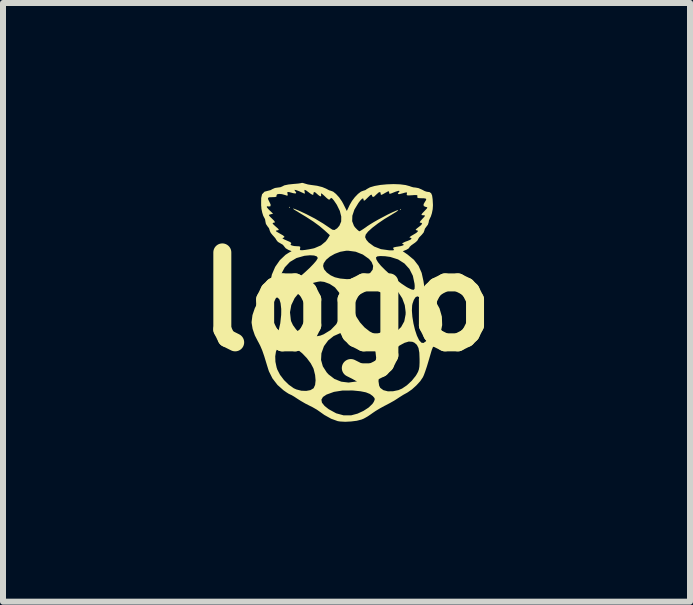
<source format=kicad_pcb>
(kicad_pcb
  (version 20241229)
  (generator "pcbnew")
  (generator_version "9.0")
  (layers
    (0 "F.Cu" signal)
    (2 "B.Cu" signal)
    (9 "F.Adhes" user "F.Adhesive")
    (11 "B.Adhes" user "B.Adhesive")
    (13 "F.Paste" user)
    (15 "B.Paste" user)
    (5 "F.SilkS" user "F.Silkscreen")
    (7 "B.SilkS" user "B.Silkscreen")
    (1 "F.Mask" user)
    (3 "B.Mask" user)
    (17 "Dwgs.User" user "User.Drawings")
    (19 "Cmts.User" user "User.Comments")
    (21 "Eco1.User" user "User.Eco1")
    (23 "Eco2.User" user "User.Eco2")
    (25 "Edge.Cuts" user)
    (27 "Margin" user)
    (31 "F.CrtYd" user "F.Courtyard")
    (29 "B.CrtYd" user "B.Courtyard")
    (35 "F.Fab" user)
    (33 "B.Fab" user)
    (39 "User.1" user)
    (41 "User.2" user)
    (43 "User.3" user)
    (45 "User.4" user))
  (footprint "logo"
    (layer "F.Cu")
    (at 2.729 1.981)
    (property "Reference" "logo" (at 0 0 0) (layer "F.SilkS") (effects (font (size 1.5 1.5) (thickness 0.3))))
    (attr board_only exclude_from_pos_files exclude_from_bom)
    (fp_poly (pts (xy -0.943 -1.574) (xy -0.952 -1.565) (xy -0.961 -1.574) (xy -0.952 -1.583)) (stroke (width 0) (type solid)) (fill yes) (layer "F.SilkS"))
    (fp_poly (pts (xy 0.907 -1.539) (xy 0.898 -1.53) (xy 0.889 -1.539) (xy 0.898 -1.547)) (stroke (width 0) (type solid)) (fill yes) (layer "F.SilkS"))
    (fp_poly (pts (xy -0.696 -1.97) (xy -0.644 -1.955) (xy -0.587 -1.946) (xy -0.491 -1.933) (xy -0.404 -1.911) (xy -0.339 -1.884) (xy -0.33 -1.879) (xy -0.291 -1.858) (xy -0.263 -1.85) (xy -0.223 -1.835) (xy -0.175 -1.796) (xy -0.123 -1.739) (xy -0.076 -1.671) (xy -0.052 -1.627) (xy 0.005 -1.513) (xy 0.053 -1.614) (xy 0.091 -1.68) (xy 0.139 -1.743) (xy 0.191 -1.797) (xy 0.24 -1.835) (xy 0.279 -1.85) (xy 0.279 -1.85) (xy 0.315 -1.861) (xy 0.34 -1.879) (xy 0.391 -1.907) (xy 0.469 -1.93) (xy 0.566 -1.947) (xy 0.674 -1.957) (xy 0.785 -1.961) (xy 0.892 -1.957) (xy 0.985 -1.945) (xy 1.058 -1.925) (xy 1.071 -1.919) (xy 1.113 -1.907) (xy 1.151 -1.903) (xy 1.2 -1.894) (xy 1.253 -1.871) (xy 1.259 -1.868) (xy 1.305 -1.844) (xy 1.343 -1.832) (xy 1.348 -1.832) (xy 1.385 -1.827) (xy 1.411 -1.808) (xy 1.427 -1.771) (xy 1.436 -1.709) (xy 1.441 -1.619) (xy 1.441 -1.601) (xy 1.437 -1.542) (xy 1.424 -1.476) (xy 1.406 -1.42) (xy 1.394 -1.397) (xy 1.374 -1.353) (xy 1.37 -1.324) (xy 1.357 -1.284) (xy 1.334 -1.254) (xy 1.307 -1.217) (xy 1.298 -1.187) (xy 1.286 -1.154) (xy 1.254 -1.115) (xy 1.245 -1.106) (xy 1.211 -1.071) (xy 1.193 -1.042) (xy 1.192 -1.037) (xy 1.178 -1.015) (xy 1.143 -0.984) (xy 1.121 -0.969) (xy 1.079 -0.939) (xy 1.053 -0.914) (xy 1.049 -0.906) (xy 1.035 -0.887) (xy 0.999 -0.866) (xy 0.994 -0.864) (xy 0.938 -0.841) (xy 1.018 -0.786) (xy 1.124 -0.698) (xy 1.201 -0.598) (xy 1.253 -0.48) (xy 1.283 -0.343) (xy 1.294 -0.271) (xy 1.307 -0.223) (xy 1.327 -0.187) (xy 1.359 -0.151) (xy 1.377 -0.133) (xy 1.48 -0.016) (xy 1.551 0.113) (xy 1.59 0.249) (xy 1.595 0.388) (xy 1.594 0.396) (xy 1.577 0.48) (xy 1.546 0.571) (xy 1.506 0.654) (xy 1.465 0.714) (xy 1.445 0.748) (xy 1.423 0.801) (xy 1.414 0.83) (xy 1.373 0.971) (xy 1.34 1.081) (xy 1.312 1.164) (xy 1.29 1.224) (xy 1.273 1.261) (xy 1.229 1.326) (xy 1.165 1.396) (xy 1.092 1.462) (xy 1.022 1.511) (xy 1.005 1.521) (xy 0.947 1.553) (xy 0.882 1.594) (xy 0.852 1.614) (xy 0.794 1.651) (xy 0.719 1.693) (xy 0.643 1.733) (xy 0.638 1.735) (xy 0.561 1.777) (xy 0.483 1.824) (xy 0.42 1.867) (xy 0.418 1.869) (xy 0.355 1.912) (xy 0.288 1.95) (xy 0.249 1.966) (xy 0.171 1.986) (xy 0.075 1.998) (xy -0.023 2.003) (xy -0.109 1.998) (xy -0.147 1.992) (xy -0.257 1.952) (xy -0.37 1.889) (xy -0.436 1.842) (xy -0.493 1.802) (xy -0.564 1.761) (xy -0.612 1.737) (xy -0.685 1.7) (xy -0.766 1.653) (xy -0.796 1.634) (xy -0.419 1.634) (xy -0.41 1.684) (xy -0.366 1.739) (xy -0.298 1.793) (xy -0.172 1.862) (xy -0.047 1.896) (xy 0.079 1.895) (xy 0.184 1.867) (xy 0.283 1.821) (xy 0.368 1.766) (xy 0.431 1.706) (xy 0.454 1.672) (xy 0.47 1.634) (xy 0.467 1.608) (xy 0.44 1.577) (xy 0.439 1.575) (xy 0.39 1.539) (xy 0.323 1.512) (xy 0.233 1.494) (xy 0.114 1.482) (xy 0.096 1.481) (xy -0.068 1.482) (xy -0.209 1.504) (xy -0.333 1.549) (xy -0.393 1.589) (xy -0.419 1.634) (xy -0.796 1.634) (xy -0.821 1.618) (xy -0.874 1.583) (xy -0.917 1.558) (xy -0.939 1.548) (xy -0.94 1.547) (xy -0.961 1.538) (xy -1.002 1.512) (xy -1.052 1.477) (xy -1.151 1.389) (xy -1.235 1.28) (xy -1.294 1.162) (xy -1.305 1.129) (xy -1.324 1.068) (xy -1.348 0.989) (xy -1.372 0.911) (xy -1.189 0.911) (xy -1.186 1.002) (xy -1.166 1.097) (xy -1.154 1.133) (xy -1.109 1.22) (xy -1.042 1.308) (xy -0.963 1.385) (xy -0.88 1.444) (xy -0.835 1.464) (xy -0.753 1.485) (xy -0.672 1.488) (xy -0.602 1.475) (xy -0.553 1.446) (xy -0.548 1.441) (xy -0.524 1.388) (xy -0.516 1.312) (xy -0.524 1.223) (xy -0.547 1.13) (xy -0.553 1.111) (xy -0.597 1.028) (xy -0.639 0.972) (xy -0.425 0.972) (xy -0.395 1.079) (xy -0.331 1.179) (xy -0.3 1.213) (xy -0.201 1.289) (xy -0.088 1.334) (xy 0.034 1.349) (xy 0.157 1.332) (xy 0.168 1.327) (xy 0.533 1.327) (xy 0.544 1.4) (xy 0.563 1.438) (xy 0.615 1.476) (xy 0.689 1.495) (xy 0.775 1.494) (xy 0.866 1.475) (xy 0.926 1.449) (xy 1.006 1.395) (xy 1.087 1.32) (xy 1.154 1.237) (xy 1.17 1.211) (xy 1.193 1.169) (xy 1.207 1.129) (xy 1.215 1.082) (xy 1.218 1.017) (xy 1.218 0.957) (xy 1.214 0.851) (xy 1.2 0.773) (xy 1.173 0.72) (xy 1.132 0.684) (xy 1.098 0.669) (xy 1.038 0.665) (xy 0.965 0.687) (xy 0.885 0.731) (xy 0.803 0.794) (xy 0.724 0.87) (xy 0.655 0.955) (xy 0.601 1.046) (xy 0.562 1.142) (xy 0.539 1.239) (xy 0.533 1.327) (xy 0.168 1.327) (xy 0.268 1.287) (xy 0.367 1.217) (xy 0.437 1.131) (xy 0.479 1.036) (xy 0.494 0.936) (xy 0.483 0.836) (xy 0.446 0.74) (xy 0.384 0.654) (xy 0.298 0.583) (xy 0.19 0.53) (xy 0.131 0.514) (xy 0.011 0.504) (xy -0.106 0.525) (xy -0.214 0.573) (xy -0.306 0.646) (xy -0.375 0.74) (xy -0.378 0.746) (xy -0.419 0.861) (xy -0.425 0.972) (xy -0.639 0.972) (xy -0.662 0.941) (xy -0.741 0.859) (xy -0.823 0.794) (xy -0.874 0.765) (xy -0.953 0.739) (xy -1.034 0.73) (xy -1.102 0.737) (xy -1.111 0.74) (xy -1.151 0.774) (xy -1.177 0.833) (xy -1.189 0.911) (xy -1.372 0.911) (xy -1.373 0.907) (xy -1.377 0.896) (xy -1.405 0.815) (xy -1.439 0.735) (xy -1.472 0.671) (xy -1.476 0.665) (xy -1.529 0.562) (xy -1.566 0.454) (xy -1.583 0.353) (xy -1.583 0.347) (xy -1.441 0.347) (xy -1.431 0.426) (xy -1.406 0.513) (xy -1.371 0.593) (xy -1.34 0.64) (xy -1.294 0.682) (xy -1.253 0.689) (xy -1.214 0.661) (xy -1.178 0.604) (xy -1.135 0.492) (xy -1.105 0.361) (xy -1.09 0.222) (xy -1.089 0.177) (xy -0.943 0.177) (xy -0.929 0.304) (xy -0.924 0.326) (xy -0.893 0.392) (xy -0.842 0.462) (xy -0.781 0.522) (xy -0.721 0.562) (xy -0.72 0.562) (xy -0.636 0.583) (xy -0.537 0.584) (xy -0.437 0.566) (xy -0.381 0.544) (xy -0.264 0.472) (xy -0.173 0.378) (xy -0.109 0.265) (xy -0.076 0.139) (xy -0.072 0.071) (xy -0.08 -0.012) (xy 0.116 -0.012) (xy 0.118 0.102) (xy 0.15 0.219) (xy 0.165 0.253) (xy 0.224 0.345) (xy 0.301 0.43) (xy 0.388 0.498) (xy 0.475 0.542) (xy 0.478 0.542) (xy 0.588 0.563) (xy 0.697 0.555) (xy 0.794 0.522) (xy 0.826 0.503) (xy 0.91 0.424) (xy 0.963 0.328) (xy 0.985 0.213) (xy 0.986 0.178) (xy 0.983 0.149) (xy 1.09 0.149) (xy 1.098 0.252) (xy 1.116 0.363) (xy 1.142 0.471) (xy 1.174 0.567) (xy 1.209 0.639) (xy 1.213 0.645) (xy 1.249 0.684) (xy 1.283 0.689) (xy 1.322 0.662) (xy 1.33 0.654) (xy 1.39 0.565) (xy 1.428 0.457) (xy 1.441 0.341) (xy 1.429 0.225) (xy 1.395 0.128) (xy 1.359 0.071) (xy 1.313 0.012) (xy 1.262 -0.039) (xy 1.216 -0.075) (xy 1.18 -0.089) (xy 1.18 -0.089) (xy 1.15 -0.073) (xy 1.122 -0.029) (xy 1.1 0.034) (xy 1.094 0.065) (xy 1.09 0.149) (xy 0.983 0.149) (xy 0.971 0.057) (xy 0.929 -0.056) (xy 0.864 -0.156) (xy 0.782 -0.239) (xy 0.687 -0.303) (xy 0.583 -0.342) (xy 0.475 -0.354) (xy 0.372 -0.335) (xy 0.272 -0.285) (xy 0.195 -0.211) (xy 0.142 -0.118) (xy 0.116 -0.012) (xy -0.08 -0.012) (xy -0.084 -0.05) (xy -0.122 -0.149) (xy -0.188 -0.232) (xy -0.201 -0.244) (xy -0.281 -0.296) (xy -0.372 -0.33) (xy -0.437 -0.338) (xy -0.474 -0.333) (xy -0.531 -0.32) (xy -0.569 -0.31) (xy -0.629 -0.287) (xy -0.683 -0.253) (xy -0.744 -0.201) (xy -0.773 -0.172) (xy -0.865 -0.06) (xy -0.921 0.056) (xy -0.943 0.177) (xy -1.089 0.177) (xy -1.089 0.121) (xy -1.1 0.024) (xy -1.12 -0.039) (xy -1.15 -0.068) (xy -1.193 -0.065) (xy -1.248 -0.03) (xy -1.298 0.016) (xy -1.375 0.115) (xy -1.424 0.229) (xy -1.441 0.347) (xy -1.583 0.347) (xy -1.583 0.338) (xy -1.569 0.225) (xy -1.529 0.107) (xy -1.47 -0.005) (xy -1.397 -0.101) (xy -1.352 -0.142) (xy -1.316 -0.173) (xy -1.295 -0.203) (xy -1.283 -0.243) (xy -1.279 -0.271) (xy -1.131 -0.271) (xy -1.123 -0.227) (xy -1.096 -0.212) (xy -1.048 -0.225) (xy -0.998 -0.252) (xy -0.928 -0.298) (xy -0.85 -0.357) (xy -0.769 -0.424) (xy -0.689 -0.494) (xy -0.615 -0.563) (xy -0.584 -0.595) (xy -0.391 -0.595) (xy -0.375 -0.541) (xy -0.33 -0.487) (xy -0.264 -0.439) (xy -0.195 -0.407) (xy -0.106 -0.386) (xy -0.001 -0.376) (xy 0.109 -0.378) (xy 0.212 -0.391) (xy 0.296 -0.415) (xy 0.315 -0.423) (xy 0.392 -0.476) (xy 0.436 -0.534) (xy 0.444 -0.597) (xy 0.418 -0.662) (xy 0.375 -0.713) (xy 0.341 -0.737) (xy 0.491 -0.737) (xy 0.497 -0.705) (xy 0.524 -0.659) (xy 0.574 -0.598) (xy 0.646 -0.526) (xy 0.732 -0.447) (xy 0.825 -0.371) (xy 0.915 -0.302) (xy 0.996 -0.248) (xy 1.022 -0.233) (xy 1.083 -0.204) (xy 1.118 -0.197) (xy 1.135 -0.215) (xy 1.137 -0.262) (xy 1.134 -0.299) (xy 1.106 -0.432) (xy 1.049 -0.545) (xy 0.966 -0.637) (xy 0.859 -0.705) (xy 0.73 -0.746) (xy 0.644 -0.758) (xy 0.562 -0.761) (xy 0.512 -0.755) (xy 0.491 -0.737) (xy 0.341 -0.737) (xy 0.272 -0.786) (xy 0.153 -0.833) (xy 0.028 -0.85) (xy -0.009 -0.849) (xy -0.105 -0.832) (xy -0.196 -0.798) (xy -0.277 -0.752) (xy -0.341 -0.698) (xy -0.381 -0.64) (xy -0.391 -0.595) (xy -0.584 -0.595) (xy -0.553 -0.627) (xy -0.507 -0.68) (xy -0.483 -0.719) (xy -0.48 -0.73) (xy -0.496 -0.755) (xy -0.541 -0.77) (xy -0.609 -0.774) (xy -0.694 -0.766) (xy -0.702 -0.765) (xy -0.834 -0.728) (xy -0.944 -0.663) (xy -1.03 -0.572) (xy -1.092 -0.456) (xy -1.122 -0.346) (xy -1.131 -0.271) (xy -1.279 -0.271) (xy -1.275 -0.304) (xy -1.273 -0.317) (xy -1.245 -0.452) (xy -1.19 -0.58) (xy -1.112 -0.692) (xy -1.017 -0.782) (xy -0.959 -0.819) (xy -0.916 -0.842) (xy -0.972 -0.865) (xy -1.014 -0.89) (xy -1.038 -0.919) (xy -1.039 -0.921) (xy -1.062 -0.949) (xy -1.103 -0.973) (xy -1.103 -0.973) (xy -1.144 -0.997) (xy -1.168 -1.026) (xy -1.188 -1.059) (xy -1.223 -1.099) (xy -1.23 -1.106) (xy -1.263 -1.146) (xy -1.28 -1.182) (xy -1.281 -1.188) (xy -1.293 -1.225) (xy -1.316 -1.254) (xy -1.344 -1.296) (xy -1.352 -1.333) (xy -1.359 -1.376) (xy -1.372 -1.4) (xy -1.389 -1.432) (xy -1.406 -1.486) (xy -1.419 -1.548) (xy -1.421 -1.575) (xy -1.329 -1.575) (xy -1.301 -1.541) (xy -1.28 -1.52) (xy -1.225 -1.467) (xy -1.266 -1.457) (xy -1.29 -1.45) (xy -1.294 -1.439) (xy -1.275 -1.416) (xy -1.25 -1.392) (xy -1.209 -1.351) (xy -1.194 -1.328) (xy -1.204 -1.317) (xy -1.223 -1.316) (xy -1.234 -1.308) (xy -1.218 -1.286) (xy -1.184 -1.255) (xy -1.144 -1.22) (xy -1.129 -1.201) (xy -1.136 -1.193) (xy -1.157 -1.189) (xy -1.178 -1.184) (xy -1.176 -1.174) (xy -1.147 -1.156) (xy -1.116 -1.138) (xy -1.06 -1.106) (xy -1.036 -1.085) (xy -1.041 -1.071) (xy -1.063 -1.063) (xy -1.067 -1.054) (xy -1.039 -1.038) (xy -0.998 -1.02) (xy -0.943 -0.996) (xy -0.921 -0.978) (xy -0.924 -0.97) (xy -0.935 -0.953) (xy -0.916 -0.938) (xy -0.874 -0.928) (xy -0.83 -0.925) (xy -0.787 -0.923) (xy -0.771 -0.913) (xy -0.774 -0.889) (xy -0.774 -0.889) (xy -0.778 -0.868) (xy -0.768 -0.859) (xy -0.737 -0.858) (xy -0.691 -0.863) (xy -0.622 -0.874) (xy -0.557 -0.887) (xy -0.534 -0.893) (xy -0.427 -0.939) (xy -0.346 -1.006) (xy -0.318 -1.044) (xy -0.278 -1.109) (xy -0.368 -1.191) (xy -0.452 -1.262) (xy -0.552 -1.335) (xy -0.674 -1.414) (xy -0.798 -1.489) (xy -0.859 -1.526) (xy -0.889 -1.547) (xy -0.89 -1.554) (xy -0.862 -1.545) (xy -0.807 -1.523) (xy -0.726 -1.486) (xy -0.667 -1.458) (xy -0.526 -1.385) (xy -0.389 -1.303) (xy -0.242 -1.204) (xy -0.238 -1.201) (xy -0.202 -1.195) (xy -0.157 -1.223) (xy -0.119 -1.267) (xy -0.09 -1.335) (xy -0.089 -1.342) (xy 0.094 -1.342) (xy 0.124 -1.264) (xy 0.144 -1.237) (xy 0.18 -1.2) (xy 0.208 -1.177) (xy 0.215 -1.174) (xy 0.236 -1.184) (xy 0.277 -1.21) (xy 0.331 -1.247) (xy 0.342 -1.256) (xy 0.391 -1.288) (xy 0.456 -1.328) (xy 0.532 -1.371) (xy 0.613 -1.414) (xy 0.691 -1.455) (xy 0.762 -1.489) (xy 0.818 -1.514) (xy 0.854 -1.527) (xy 0.863 -1.527) (xy 0.852 -1.515) (xy 0.818 -1.491) (xy 0.765 -1.459) (xy 0.751 -1.45) (xy 0.633 -1.379) (xy 0.523 -1.304) (xy 0.429 -1.232) (xy 0.359 -1.169) (xy 0.358 -1.168) (xy 0.32 -1.119) (xy 0.31 -1.076) (xy 0.331 -1.031) (xy 0.369 -0.987) (xy 0.46 -0.92) (xy 0.573 -0.876) (xy 0.71 -0.857) (xy 0.736 -0.856) (xy 0.779 -0.856) (xy 0.792 -0.864) (xy 0.783 -0.88) (xy 0.776 -0.896) (xy 0.79 -0.906) (xy 0.831 -0.915) (xy 0.853 -0.918) (xy 0.906 -0.927) (xy 0.943 -0.939) (xy 0.953 -0.945) (xy 0.949 -0.959) (xy 0.94 -0.961) (xy 0.926 -0.966) (xy 0.94 -0.98) (xy 0.976 -0.998) (xy 1.018 -1.013) (xy 1.063 -1.032) (xy 1.084 -1.051) (xy 1.076 -1.064) (xy 1.054 -1.068) (xy 1.051 -1.075) (xy 1.074 -1.094) (xy 1.107 -1.113) (xy 1.162 -1.146) (xy 1.189 -1.171) (xy 1.186 -1.187) (xy 1.161 -1.192) (xy 1.152 -1.2) (xy 1.175 -1.223) (xy 1.196 -1.239) (xy 1.245 -1.278) (xy 1.261 -1.304) (xy 1.245 -1.316) (xy 1.233 -1.316) (xy 1.22 -1.323) (xy 1.232 -1.344) (xy 1.263 -1.379) (xy 1.297 -1.415) (xy 1.309 -1.434) (xy 1.299 -1.44) (xy 1.284 -1.441) (xy 1.256 -1.443) (xy 1.249 -1.452) (xy 1.264 -1.474) (xy 1.303 -1.515) (xy 1.337 -1.551) (xy 1.348 -1.569) (xy 1.337 -1.577) (xy 1.321 -1.58) (xy 1.287 -1.595) (xy 1.285 -1.627) (xy 1.307 -1.664) (xy 1.328 -1.698) (xy 1.326 -1.717) (xy 1.294 -1.724) (xy 1.252 -1.725) (xy 1.202 -1.727) (xy 1.181 -1.735) (xy 1.18 -1.752) (xy 1.181 -1.754) (xy 1.183 -1.77) (xy 1.168 -1.778) (xy 1.128 -1.778) (xy 1.094 -1.775) (xy 1.038 -1.772) (xy 1.01 -1.774) (xy 1.003 -1.785) (xy 1.006 -1.799) (xy 1.009 -1.817) (xy 0.998 -1.823) (xy 0.966 -1.816) (xy 0.935 -1.807) (xy 0.88 -1.793) (xy 0.856 -1.796) (xy 0.863 -1.815) (xy 0.875 -1.829) (xy 0.885 -1.846) (xy 0.867 -1.849) (xy 0.823 -1.836) (xy 0.789 -1.823) (xy 0.742 -1.804) (xy 0.719 -1.799) (xy 0.712 -1.807) (xy 0.711 -1.825) (xy 0.707 -1.841) (xy 0.689 -1.838) (xy 0.65 -1.817) (xy 0.648 -1.816) (xy 0.602 -1.79) (xy 0.579 -1.781) (xy 0.57 -1.789) (xy 0.569 -1.805) (xy 0.561 -1.829) (xy 0.536 -1.822) (xy 0.498 -1.788) (xy 0.46 -1.752) (xy 0.437 -1.746) (xy 0.425 -1.768) (xy 0.424 -1.773) (xy 0.415 -1.786) (xy 0.395 -1.775) (xy 0.358 -1.74) (xy 0.351 -1.733) (xy 0.312 -1.695) (xy 0.291 -1.683) (xy 0.285 -1.694) (xy 0.279 -1.721) (xy 0.26 -1.718) (xy 0.227 -1.684) (xy 0.198 -1.646) (xy 0.131 -1.535) (xy 0.097 -1.433) (xy 0.094 -1.342) (xy -0.089 -1.342) (xy -0.088 -1.419) (xy -0.112 -1.514) (xy -0.162 -1.616) (xy -0.21 -1.687) (xy -0.24 -1.722) (xy -0.257 -1.731) (xy -0.271 -1.718) (xy -0.272 -1.716) (xy -0.284 -1.702) (xy -0.303 -1.706) (xy -0.334 -1.731) (xy -0.359 -1.755) (xy -0.396 -1.789) (xy -0.421 -1.806) (xy -0.426 -1.805) (xy -0.423 -1.765) (xy -0.437 -1.755) (xy -0.469 -1.777) (xy -0.477 -1.784) (xy -0.519 -1.821) (xy -0.542 -1.83) (xy -0.551 -1.813) (xy -0.551 -1.805) (xy -0.555 -1.784) (xy -0.57 -1.783) (xy -0.602 -1.802) (xy -0.63 -1.823) (xy -0.675 -1.856) (xy -0.698 -1.865) (xy -0.703 -1.852) (xy -0.698 -1.83) (xy -0.694 -1.806) (xy -0.705 -1.803) (xy -0.739 -1.819) (xy -0.74 -1.819) (xy -0.792 -1.843) (xy -0.836 -1.859) (xy -0.866 -1.866) (xy -0.867 -1.858) (xy -0.856 -1.843) (xy -0.838 -1.815) (xy -0.85 -1.804) (xy -0.892 -1.81) (xy -0.908 -1.815) (xy -0.959 -1.828) (xy -0.983 -1.829) (xy -0.988 -1.816) (xy -0.983 -1.796) (xy -0.98 -1.772) (xy -0.996 -1.769) (xy -1.022 -1.778) (xy -1.077 -1.793) (xy -1.125 -1.797) (xy -1.159 -1.79) (xy -1.168 -1.772) (xy -1.168 -1.77) (xy -1.168 -1.753) (xy -1.191 -1.745) (xy -1.237 -1.743) (xy -1.289 -1.741) (xy -1.311 -1.73) (xy -1.307 -1.705) (xy -1.29 -1.672) (xy -1.266 -1.621) (xy -1.268 -1.592) (xy -1.294 -1.587) (xy -1.298 -1.588) (xy -1.328 -1.591) (xy -1.329 -1.575) (xy -1.421 -1.575) (xy -1.424 -1.606) (xy -1.424 -1.619) (xy -1.424 -1.668) (xy -1.423 -1.726) (xy -1.423 -1.729) (xy -1.409 -1.791) (xy -1.368 -1.834) (xy -1.308 -1.85) (xy -1.265 -1.861) (xy -1.237 -1.877) (xy -1.194 -1.896) (xy -1.147 -1.903) (xy -1.103 -1.909) (xy -1.074 -1.921) (xy -1.037 -1.94) (xy -0.97 -1.954) (xy -0.876 -1.964) (xy -0.848 -1.966) (xy -0.796 -1.971) (xy -0.761 -1.977) (xy -0.753 -1.98) (xy -0.731 -1.981)) (stroke (width 0) (type solid)) (fill yes) (layer "F.SilkS")))
  (gr_rect
    (start -3 -3)
    (end 8.457 6.984)
    (stroke (width 0.1) (type default))
    (fill no)
    (layer "Edge.Cuts")))
</source>
